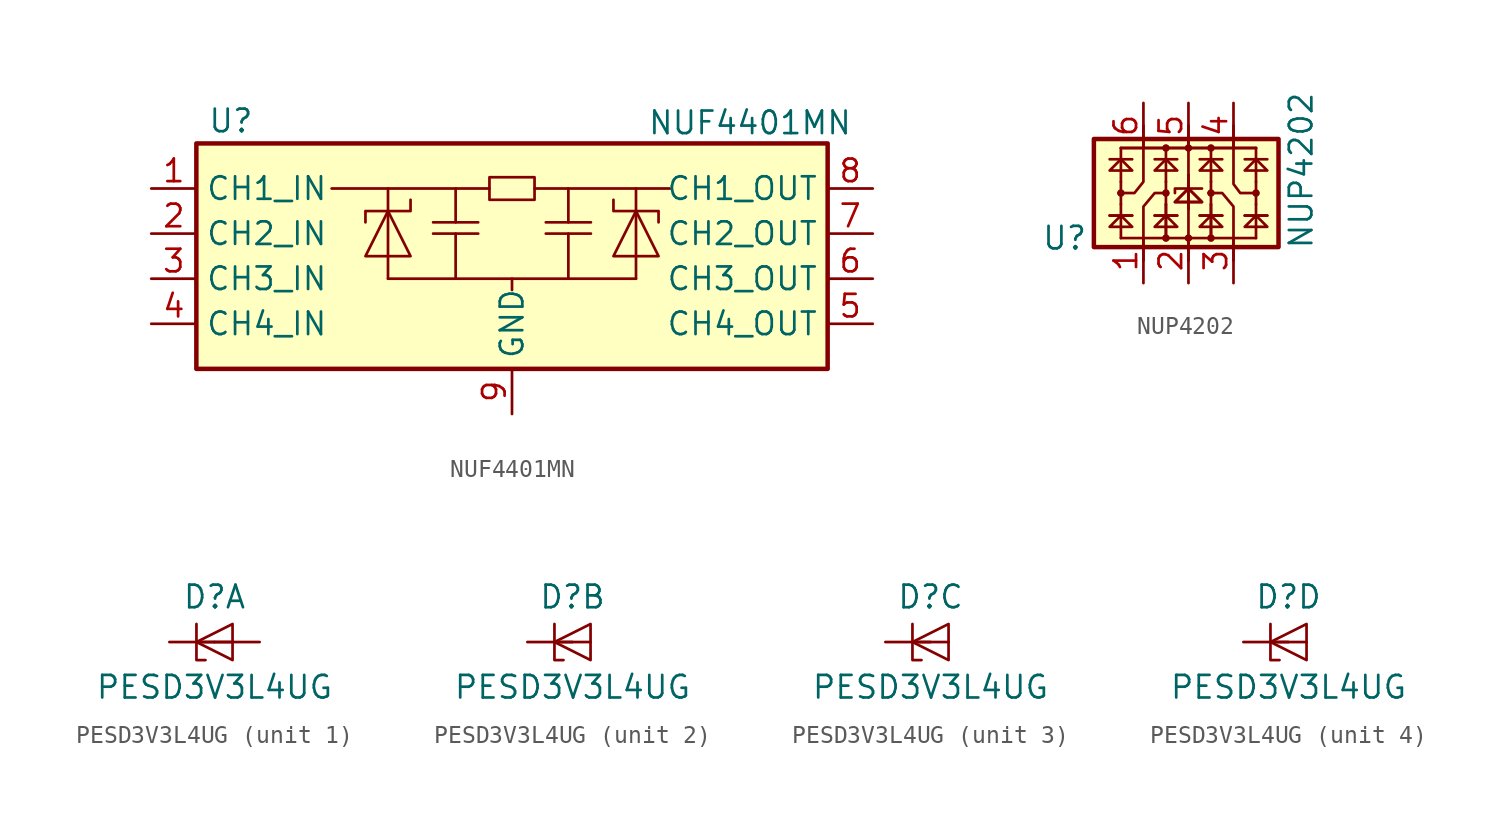
<source format=kicad_sym>
(kicad_symbol_lib
  (version 20211014)
  (generator kicad_symbol_editor)
  (symbol "NUF4401MN"
    (property "Reference" "U"
      (at -17.145 8.89 0)
      (effects (font (size 1.27 1.27)) (justify left)))
    (property "Value" "NUF4401MN"
      (at 7.62 9.525 0)
      (effects (font (size 1.27 1.27)) (justify left top)))
    (symbol "NUF4401MN_0_1"
      (rectangle (start -17.78 7.62) (end 17.78 -5.08) (stroke (width 0.254) (type default) (color 0 0 0 0)) (fill (type background)))
      (polyline (pts (xy -6.985 0) (xy 6.985 0)) (stroke (width 0) (type default) (color 0 0 0 0)) (fill (type none)))
      (polyline (pts (xy -6.985 3.81) (xy -6.985 5.08)) (stroke (width 0) (type default) (color 0 0 0 0)) (fill (type none)))
      (polyline (pts (xy -4.445 3.175) (xy -1.905 3.175)) (stroke (width 0) (type default) (color 0 0 0 0)) (fill (type none)))
      (polyline (pts (xy -3.175 2.54) (xy -3.175 0)) (stroke (width 0) (type default) (color 0 0 0 0)) (fill (type none)))
      (polyline (pts (xy -3.175 5.08) (xy -3.175 3.175)) (stroke (width 0) (type default) (color 0 0 0 0)) (fill (type none)))
      (polyline (pts (xy -1.905 2.54) (xy -4.445 2.54)) (stroke (width 0) (type default) (color 0 0 0 0)) (fill (type none)))
      (polyline (pts (xy -1.27 5.08) (xy -10.16 5.08)) (stroke (width 0) (type default) (color 0 0 0 0)) (fill (type none)))
      (polyline (pts (xy 0 0) (xy 0 -0.635)) (stroke (width 0) (type default) (color 0 0 0 0)) (fill (type none)))
      (polyline (pts (xy 1.27 5.08) (xy 8.89 5.08)) (stroke (width 0) (type default) (color 0 0 0 0)) (fill (type none)))
      (polyline (pts (xy 1.905 3.175) (xy 4.445 3.175)) (stroke (width 0) (type default) (color 0 0 0 0)) (fill (type none)))
      (polyline (pts (xy 3.175 2.54) (xy 3.175 0)) (stroke (width 0) (type default) (color 0 0 0 0)) (fill (type none)))
      (polyline (pts (xy 3.175 5.08) (xy 3.175 3.175)) (stroke (width 0) (type default) (color 0 0 0 0)) (fill (type none)))
      (polyline (pts (xy 4.445 2.54) (xy 1.905 2.54)) (stroke (width 0) (type default) (color 0 0 0 0)) (fill (type none)))
      (polyline (pts (xy 6.985 3.81) (xy 6.985 5.08)) (stroke (width 0) (type default) (color 0 0 0 0)) (fill (type none)))
      (polyline (pts (xy -6.985 1.27) (xy -6.985 3.81) (xy -6.985 0)) (stroke (width 0) (type default) (color 0 0 0 0)) (fill (type none)))
      (polyline (pts (xy 6.985 1.27) (xy 6.985 3.81) (xy 6.985 0)) (stroke (width 0) (type default) (color 0 0 0 0)) (fill (type none)))
      (polyline (pts (xy -6.985 3.81) (xy -5.715 1.27) (xy -8.255 1.27) (xy -6.985 3.81)) (stroke (width 0) (type default) (color 0 0 0 0)) (fill (type none)))
      (polyline (pts (xy -5.715 4.445) (xy -5.715 3.81) (xy -8.255 3.81) (xy -8.255 3.175)) (stroke (width 0) (type default) (color 0 0 0 0)) (fill (type none)))
      (polyline (pts (xy 5.715 4.445) (xy 5.715 3.81) (xy 8.255 3.81) (xy 8.255 3.175)) (stroke (width 0) (type default) (color 0 0 0 0)) (fill (type none)))
      (polyline (pts (xy 6.985 3.81) (xy 5.715 1.27) (xy 8.255 1.27) (xy 6.985 3.81)) (stroke (width 0) (type default) (color 0 0 0 0)) (fill (type none)))
      (polyline (pts (xy -1.27 5.08) (xy -1.27 4.445) (xy 1.27 4.445) (xy 1.27 5.715) (xy -1.27 5.715) (xy -1.27 5.08)) (stroke (width 0) (type default) (color 0 0 0 0)) (fill (type none))))
    (symbol "NUF4401MN_1_1"
      (pin passive line (at -20.32 5.08 0) (length 2.54) (name "CH1_IN" (effects (font (size 1.27 1.27)))) (number "1" (effects (font (size 1.27 1.27)))))
      (pin passive line (at -20.32 2.54 0) (length 2.54) (name "CH2_IN" (effects (font (size 1.27 1.27)))) (number "2" (effects (font (size 1.27 1.27)))))
      (pin passive line (at -20.32 0 0) (length 2.54) (name "CH3_IN" (effects (font (size 1.27 1.27)))) (number "3" (effects (font (size 1.27 1.27)))))
      (pin passive line (at -20.32 -2.54 0) (length 2.54) (name "CH4_IN" (effects (font (size 1.27 1.27)))) (number "4" (effects (font (size 1.27 1.27)))))
      (pin passive line (at 20.32 -2.54 180) (length 2.54) (name "CH4_OUT" (effects (font (size 1.27 1.27)))) (number "5" (effects (font (size 1.27 1.27)))))
      (pin passive line (at 20.32 0 180) (length 2.54) (name "CH3_OUT" (effects (font (size 1.27 1.27)))) (number "6" (effects (font (size 1.27 1.27)))))
      (pin passive line (at 20.32 2.54 180) (length 2.54) (name "CH2_OUT" (effects (font (size 1.27 1.27)))) (number "7" (effects (font (size 1.27 1.27)))))
      (pin passive line (at 20.32 5.08 180) (length 2.54) (name "CH1_OUT" (effects (font (size 1.27 1.27)))) (number "8" (effects (font (size 1.27 1.27)))))
      (pin power_in line (at 0 -7.62 90) (length 2.54) (name "GND" (effects (font (size 1.27 1.27)))) (number "9" (effects (font (size 1.27 1.27)))))))
  (symbol "NUP4202"
    (property "Reference" "U"
      (at -6.985 -2.54 0)
      (effects (font (size 1.27 1.27))))
    (property "Value" "NUP4202"
      (at 6.35 1.27 90)
      (effects (font (size 1.27 1.27))))
    (symbol "NUP4202_0_1"
      (rectangle (start -5.334 3.048) (end 5.08 -3.048) (stroke (width 0.254) (type default) (color 0 0 0 0)) (fill (type background)))
      (circle (center -3.81 0) (radius 0.127) (stroke (width 0) (type default) (color 0 0 0 0)) (fill (type none)))
      (circle (center -3.81 0) (radius 0.127) (stroke (width 0) (type default) (color 0 0 0 0)) (fill (type none)))
      (circle (center -1.27 -2.54) (radius 0.127) (stroke (width 0) (type default) (color 0 0 0 0)) (fill (type none)))
      (circle (center -1.27 -2.54) (radius 0.127) (stroke (width 0) (type default) (color 0 0 0 0)) (fill (type none)))
      (circle (center -1.27 0) (radius 0.127) (stroke (width 0) (type default) (color 0 0 0 0)) (fill (type none)))
      (circle (center -1.27 0) (radius 0.127) (stroke (width 0) (type default) (color 0 0 0 0)) (fill (type none)))
      (circle (center -1.27 2.54) (radius 0.127) (stroke (width 0) (type default) (color 0 0 0 0)) (fill (type none)))
      (circle (center -1.27 2.54) (radius 0.127) (stroke (width 0) (type default) (color 0 0 0 0)) (fill (type none)))
      (circle (center 0 -2.54) (radius 0.127) (stroke (width 0) (type default) (color 0 0 0 0)) (fill (type none)))
      (circle (center 0 -2.54) (radius 0.127) (stroke (width 0) (type default) (color 0 0 0 0)) (fill (type none)))
      (polyline (pts (xy -4.445 -1.27) (xy -3.175 -1.27)) (stroke (width 0) (type default) (color 0 0 0 0)) (fill (type none)))
      (polyline (pts (xy -4.445 -1.27) (xy -3.175 -1.27)) (stroke (width 0) (type default) (color 0 0 0 0)) (fill (type none)))
      (polyline (pts (xy -4.445 1.905) (xy -3.175 1.905)) (stroke (width 0) (type default) (color 0 0 0 0)) (fill (type none)))
      (polyline (pts (xy -3.81 -2.54) (xy -3.81 -0.635)) (stroke (width 0) (type default) (color 0 0 0 0)) (fill (type none)))
      (polyline (pts (xy -3.81 -2.54) (xy 3.81 -2.54)) (stroke (width 0) (type default) (color 0 0 0 0)) (fill (type none)))
      (polyline (pts (xy -3.81 -0.635) (xy -3.81 0.635)) (stroke (width 0) (type default) (color 0 0 0 0)) (fill (type none)))
      (polyline (pts (xy -3.81 0.635) (xy -3.81 2.54)) (stroke (width 0) (type default) (color 0 0 0 0)) (fill (type none)))
      (polyline (pts (xy -3.81 2.54) (xy 3.81 2.54)) (stroke (width 0) (type default) (color 0 0 0 0)) (fill (type none)))
      (polyline (pts (xy -3.81 2.54) (xy 3.81 2.54)) (stroke (width 0) (type default) (color 0 0 0 0)) (fill (type none)))
      (polyline (pts (xy -1.905 -1.27) (xy -0.635 -1.27)) (stroke (width 0) (type default) (color 0 0 0 0)) (fill (type none)))
      (polyline (pts (xy -1.905 -1.27) (xy -0.635 -1.27)) (stroke (width 0) (type default) (color 0 0 0 0)) (fill (type none)))
      (polyline (pts (xy -1.905 1.905) (xy -0.635 1.905)) (stroke (width 0) (type default) (color 0 0 0 0)) (fill (type none)))
      (polyline (pts (xy -1.27 -2.54) (xy -1.27 -0.635)) (stroke (width 0) (type default) (color 0 0 0 0)) (fill (type none)))
      (polyline (pts (xy -1.27 -2.54) (xy -1.27 -0.635)) (stroke (width 0) (type default) (color 0 0 0 0)) (fill (type none)))
      (polyline (pts (xy -1.27 0.635) (xy -1.27 -0.635)) (stroke (width 0) (type default) (color 0 0 0 0)) (fill (type none)))
      (polyline (pts (xy -1.27 0.635) (xy -1.27 2.54)) (stroke (width 0) (type default) (color 0 0 0 0)) (fill (type none)))
      (polyline (pts (xy 0 -0.889) (xy 0 -3.81)) (stroke (width 0) (type default) (color 0 0 0 0)) (fill (type none)))
      (polyline (pts (xy 0 -0.889) (xy 0 1.016)) (stroke (width 0) (type default) (color 0 0 0 0)) (fill (type none)))
      (polyline (pts (xy 0 -0.889) (xy 0 1.016)) (stroke (width 0) (type default) (color 0 0 0 0)) (fill (type none)))
      (polyline (pts (xy 0 1.016) (xy 0 3.81)) (stroke (width 0) (type default) (color 0 0 0 0)) (fill (type none)))
      (polyline (pts (xy 0.635 -1.27) (xy 1.905 -1.27)) (stroke (width 0) (type default) (color 0 0 0 0)) (fill (type none)))
      (polyline (pts (xy 0.635 -1.27) (xy 1.905 -1.27)) (stroke (width 0) (type default) (color 0 0 0 0)) (fill (type none)))
      (polyline (pts (xy 0.635 1.905) (xy 1.905 1.905)) (stroke (width 0) (type default) (color 0 0 0 0)) (fill (type none)))
      (polyline (pts (xy 1.27 -2.54) (xy 1.27 -0.635)) (stroke (width 0) (type default) (color 0 0 0 0)) (fill (type none)))
      (polyline (pts (xy 1.27 -2.54) (xy 1.27 -0.635)) (stroke (width 0) (type default) (color 0 0 0 0)) (fill (type none)))
      (polyline (pts (xy 1.27 0.635) (xy 1.27 -0.635)) (stroke (width 0) (type default) (color 0 0 0 0)) (fill (type none)))
      (polyline (pts (xy 1.27 0.635) (xy 1.27 2.54)) (stroke (width 0) (type default) (color 0 0 0 0)) (fill (type none)))
      (polyline (pts (xy 3.175 -1.27) (xy 4.445 -1.27)) (stroke (width 0) (type default) (color 0 0 0 0)) (fill (type none)))
      (polyline (pts (xy 3.175 -1.27) (xy 4.445 -1.27)) (stroke (width 0) (type default) (color 0 0 0 0)) (fill (type none)))
      (polyline (pts (xy 3.175 1.905) (xy 4.445 1.905)) (stroke (width 0) (type default) (color 0 0 0 0)) (fill (type none)))
      (polyline (pts (xy 3.81 -2.54) (xy 3.81 -0.635)) (stroke (width 0) (type default) (color 0 0 0 0)) (fill (type none)))
      (polyline (pts (xy 3.81 0.635) (xy 3.81 -0.635)) (stroke (width 0) (type default) (color 0 0 0 0)) (fill (type none)))
      (polyline (pts (xy 3.81 0.635) (xy 3.81 2.54)) (stroke (width 0) (type default) (color 0 0 0 0)) (fill (type none)))
      (polyline (pts (xy 0.762 0.254) (xy -0.762 0.254) (xy -0.762 0)) (stroke (width 0) (type default) (color 0 0 0 0)) (fill (type none)))
      (polyline (pts (xy -4.445 -1.905) (xy -3.175 -1.905) (xy -3.81 -1.27) (xy -4.445 -1.905)) (stroke (width 0) (type default) (color 0 0 0 0)) (fill (type none)))
      (polyline (pts (xy -4.445 1.27) (xy -3.175 1.27) (xy -3.81 1.905) (xy -4.445 1.27)) (stroke (width 0) (type default) (color 0 0 0 0)) (fill (type none)))
      (polyline (pts (xy -2.54 -3.81) (xy -2.54 -0.762) (xy -1.905 0) (xy -1.27 0)) (stroke (width 0) (type default) (color 0 0 0 0)) (fill (type none)))
      (polyline (pts (xy -2.54 3.81) (xy -2.54 0.635) (xy -3.048 0) (xy -3.937 0)) (stroke (width 0) (type default) (color 0 0 0 0)) (fill (type none)))
      (polyline (pts (xy -1.905 -1.905) (xy -0.635 -1.905) (xy -1.27 -1.27) (xy -1.905 -1.905)) (stroke (width 0) (type default) (color 0 0 0 0)) (fill (type none)))
      (polyline (pts (xy -1.905 1.27) (xy -0.635 1.27) (xy -1.27 1.905) (xy -1.905 1.27)) (stroke (width 0) (type default) (color 0 0 0 0)) (fill (type none)))
      (polyline (pts (xy -0.762 -0.508) (xy 0.762 -0.508) (xy 0 0.254) (xy -0.762 -0.508)) (stroke (width 0) (type default) (color 0 0 0 0)) (fill (type none)))
      (polyline (pts (xy -0.762 -0.508) (xy 0.762 -0.508) (xy 0 0.254) (xy -0.762 -0.508)) (stroke (width 0) (type default) (color 0 0 0 0)) (fill (type none)))
      (polyline (pts (xy 0.635 -1.905) (xy 1.905 -1.905) (xy 1.27 -1.27) (xy 0.635 -1.905)) (stroke (width 0) (type default) (color 0 0 0 0)) (fill (type none)))
      (polyline (pts (xy 0.635 1.27) (xy 1.905 1.27) (xy 1.27 1.905) (xy 0.635 1.27)) (stroke (width 0) (type default) (color 0 0 0 0)) (fill (type none)))
      (polyline (pts (xy 2.54 -3.81) (xy 2.54 -0.762) (xy 1.905 0) (xy 1.143 0)) (stroke (width 0) (type default) (color 0 0 0 0)) (fill (type none)))
      (polyline (pts (xy 2.54 3.81) (xy 2.54 0.508) (xy 2.921 0) (xy 3.81 0)) (stroke (width 0) (type default) (color 0 0 0 0)) (fill (type none)))
      (polyline (pts (xy 3.175 -1.905) (xy 4.445 -1.905) (xy 3.81 -1.27) (xy 3.175 -1.905)) (stroke (width 0) (type default) (color 0 0 0 0)) (fill (type none)))
      (polyline (pts (xy 3.175 1.27) (xy 4.445 1.27) (xy 3.81 1.905) (xy 3.175 1.27)) (stroke (width 0) (type default) (color 0 0 0 0)) (fill (type none)))
      (circle (center 0 2.54) (radius 0.127) (stroke (width 0) (type default) (color 0 0 0 0)) (fill (type none)))
      (circle (center 0 2.54) (radius 0.127) (stroke (width 0) (type default) (color 0 0 0 0)) (fill (type none)))
      (circle (center 1.27 -2.54) (radius 0.127) (stroke (width 0) (type default) (color 0 0 0 0)) (fill (type none)))
      (circle (center 1.27 -2.54) (radius 0.127) (stroke (width 0) (type default) (color 0 0 0 0)) (fill (type none)))
      (circle (center 1.27 0) (radius 0.127) (stroke (width 0) (type default) (color 0 0 0 0)) (fill (type none)))
      (circle (center 1.27 0) (radius 0.127) (stroke (width 0) (type default) (color 0 0 0 0)) (fill (type none)))
      (circle (center 1.27 2.54) (radius 0.127) (stroke (width 0) (type default) (color 0 0 0 0)) (fill (type none)))
      (circle (center 1.27 2.54) (radius 0.127) (stroke (width 0) (type default) (color 0 0 0 0)) (fill (type none)))
      (circle (center 3.81 0) (radius 0.127) (stroke (width 0) (type default) (color 0 0 0 0)) (fill (type none)))
      (circle (center 3.81 0) (radius 0.127) (stroke (width 0) (type default) (color 0 0 0 0)) (fill (type none))))
    (symbol "NUP4202_1_1"
      (pin passive line (at -2.54 -5.08 90) (length 2.54) (name "~" (effects (font (size 1.27 1.27)))) (number "1" (effects (font (size 1.27 1.27)))))
      (pin passive line (at 0 -5.08 90) (length 2.54) (name "~" (effects (font (size 1.27 1.27)))) (number "2" (effects (font (size 1.27 1.27)))))
      (pin passive line (at 2.54 -5.08 90) (length 2.54) (name "~" (effects (font (size 1.27 1.27)))) (number "3" (effects (font (size 1.27 1.27)))))
      (pin passive line (at 2.54 5.08 270) (length 2.54) (name "~" (effects (font (size 1.27 1.27)))) (number "4" (effects (font (size 1.27 1.27)))))
      (pin passive line (at 0 5.08 270) (length 2.54) (name "~" (effects (font (size 1.27 1.27)))) (number "5" (effects (font (size 1.27 1.27)))))
      (pin passive line (at -2.54 5.08 270) (length 2.54) (name "~" (effects (font (size 1.27 1.27)))) (number "6" (effects (font (size 1.27 1.27)))))))
  (symbol "PESD3V3L4UG"
    (pin_numbers hide)
    (pin_names hide)
    (property "Reference" "D"
      (at 0 2.54 0)
      (effects (font (size 1.27 1.27))))
    (property "Value" "PESD3V3L4UG"
      (at 0 -2.54 0)
      (effects (font (size 1.27 1.27))))
    (property "ki_locked" ""
      (at 0 0 0)
      (effects (font (size 1.27 1.27))))
    (symbol "PESD3V3L4UG_0_1"
      (polyline (pts (xy -1.016 0) (xy 1.016 0)) (stroke (width 0) (type default) (color 0 0 0 0)) (fill (type none)))
      (polyline (pts (xy -1.016 1.016) (xy -1.016 -1.016) (xy -0.508 -1.016)) (stroke (width 0) (type default) (color 0 0 0 0)) (fill (type none)))
      (polyline (pts (xy 1.016 1.016) (xy -1.016 0) (xy 1.016 -1.016) (xy 1.016 1.016)) (stroke (width 0) (type default) (color 0 0 0 0)) (fill (type none))))
    (symbol "PESD3V3L4UG_1_1"
      (pin passive line (at -2.54 0 0) (length 2.54) (name "K1" (effects (font (size 1.27 1.27)))) (number "1" (effects (font (size 1.27 1.27)))))
      (pin passive line (at 2.54 0 180) (length 2.54) (name "A" (effects (font (size 1.27 1.27)))) (number "2" (effects (font (size 1.27 1.27))))))
    (symbol "PESD3V3L4UG_2_1"
      (pin passive line (at -2.54 0 0) (length 2.54) (name "K2" (effects (font (size 1.27 1.27)))) (number "3" (effects (font (size 1.27 1.27))))))
    (symbol "PESD3V3L4UG_3_1"
      (pin passive line (at -2.54 0 0) (length 2.54) (name "K3" (effects (font (size 1.27 1.27)))) (number "4" (effects (font (size 1.27 1.27))))))
    (symbol "PESD3V3L4UG_4_1"
      (pin passive line (at -2.54 0 0) (length 2.54) (name "K4" (effects (font (size 1.27 1.27)))) (number "5" (effects (font (size 1.27 1.27))))))))
</source>
